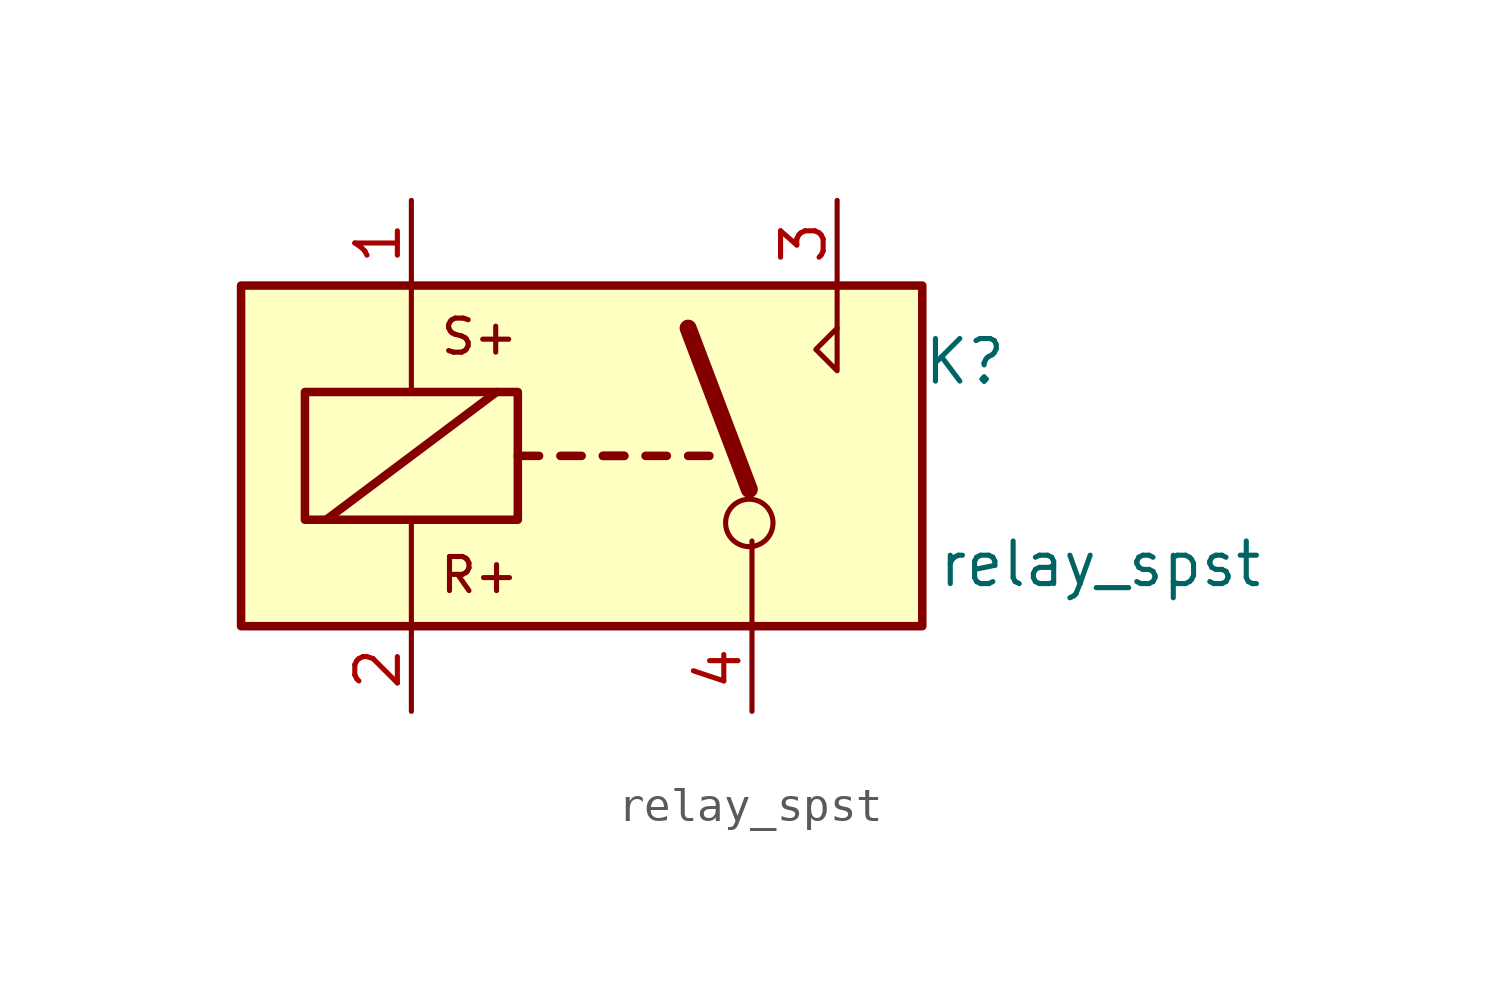
<source format=kicad_sym>
(kicad_symbol_lib
  (version 20231120)
  (generator "kicad_symbol_editor")
  (generator_version "8.0")
  (symbol "relay_spst"
    (property "Reference" "K"
      (at 11.43 2.81 0)
      (effects (font (size 1.27 1.27))))
    (property "Value" "relay_spst"
      (at 15.47 -3.23 0)
      (effects (font (size 1.27 1.27))))
    (symbol "relay_spst_0_1"
      (circle (center 5 -2) (radius 0.707) (stroke (width 0) (type default)) (fill (type none))))
    (symbol "relay_spst_1_1"
      (rectangle (start -10.16 5.08) (end 10.16 -5.08) (stroke (width 0.254) (type default)) (fill (type background)))
      (rectangle (start -8.255 1.905) (end -1.905 -1.905) (stroke (width 0.254) (type default)) (fill (type none)))
      (polyline (pts (xy -7.62 -1.905) (xy -2.54 1.905)) (stroke (width 0.254) (type default)) (fill (type none)))
      (polyline (pts (xy -5.08 -5.08) (xy -5.08 -1.905)) (stroke (width 0) (type default)) (fill (type none)))
      (polyline (pts (xy -5.08 5.08) (xy -5.08 1.905)) (stroke (width 0) (type default)) (fill (type none)))
      (polyline (pts (xy -1.905 0) (xy -1.27 0)) (stroke (width 0.254) (type default)) (fill (type none)))
      (polyline (pts (xy -0.635 0) (xy 0 0)) (stroke (width 0.254) (type default)) (fill (type none)))
      (polyline (pts (xy 0.635 0) (xy 1.27 0)) (stroke (width 0.254) (type default)) (fill (type none)))
      (polyline (pts (xy 0.635 0) (xy 1.27 0)) (stroke (width 0.254) (type default)) (fill (type none)))
      (polyline (pts (xy 1.905 0) (xy 2.54 0)) (stroke (width 0.254) (type default)) (fill (type none)))
      (polyline (pts (xy 3.175 0) (xy 3.81 0)) (stroke (width 0.254) (type default)) (fill (type none)))
      (polyline (pts (xy 5 -1) (xy 3.175 3.81)) (stroke (width 0.508) (type default)) (fill (type none)))
      (polyline (pts (xy 5.08 -2.54) (xy 5.08 -5.08)) (stroke (width 0) (type default)) (fill (type none)))
      (polyline (pts (xy 7.62 3.81) (xy 7.62 5.08)) (stroke (width 0) (type default)) (fill (type none)))
      (polyline (pts (xy 7.62 3.81) (xy 7.62 2.54) (xy 6.985 3.175) (xy 7.62 3.81)) (stroke (width 0) (type default)) (fill (type none)))
      (text "R+" (at -3.048 -3.556 0) (effects (font (size 1.016 1.016))))
      (text "S+" (at -3.048 3.556 0) (effects (font (size 1.016 1.016))))
      (pin passive line (at -5.08 7.62 270) (length 2.54) (name "~" (effects (font (size 1.27 1.27)))) (number "1" (effects (font (size 1.27 1.27)))))
      (pin passive line (at -5.08 -7.62 90) (length 2.54) (name "~" (effects (font (size 1.27 1.27)))) (number "2" (effects (font (size 1.27 1.27)))))
      (pin passive line (at 7.62 7.62 270) (length 2.54) (name "~" (effects (font (size 1.27 1.27)))) (number "3" (effects (font (size 1.27 1.27)))))
      (pin passive line (at 5.08 -7.62 90) (length 2.54) (name "~" (effects (font (size 1.27 1.27)))) (number "4" (effects (font (size 1.27 1.27))))))))
</source>
